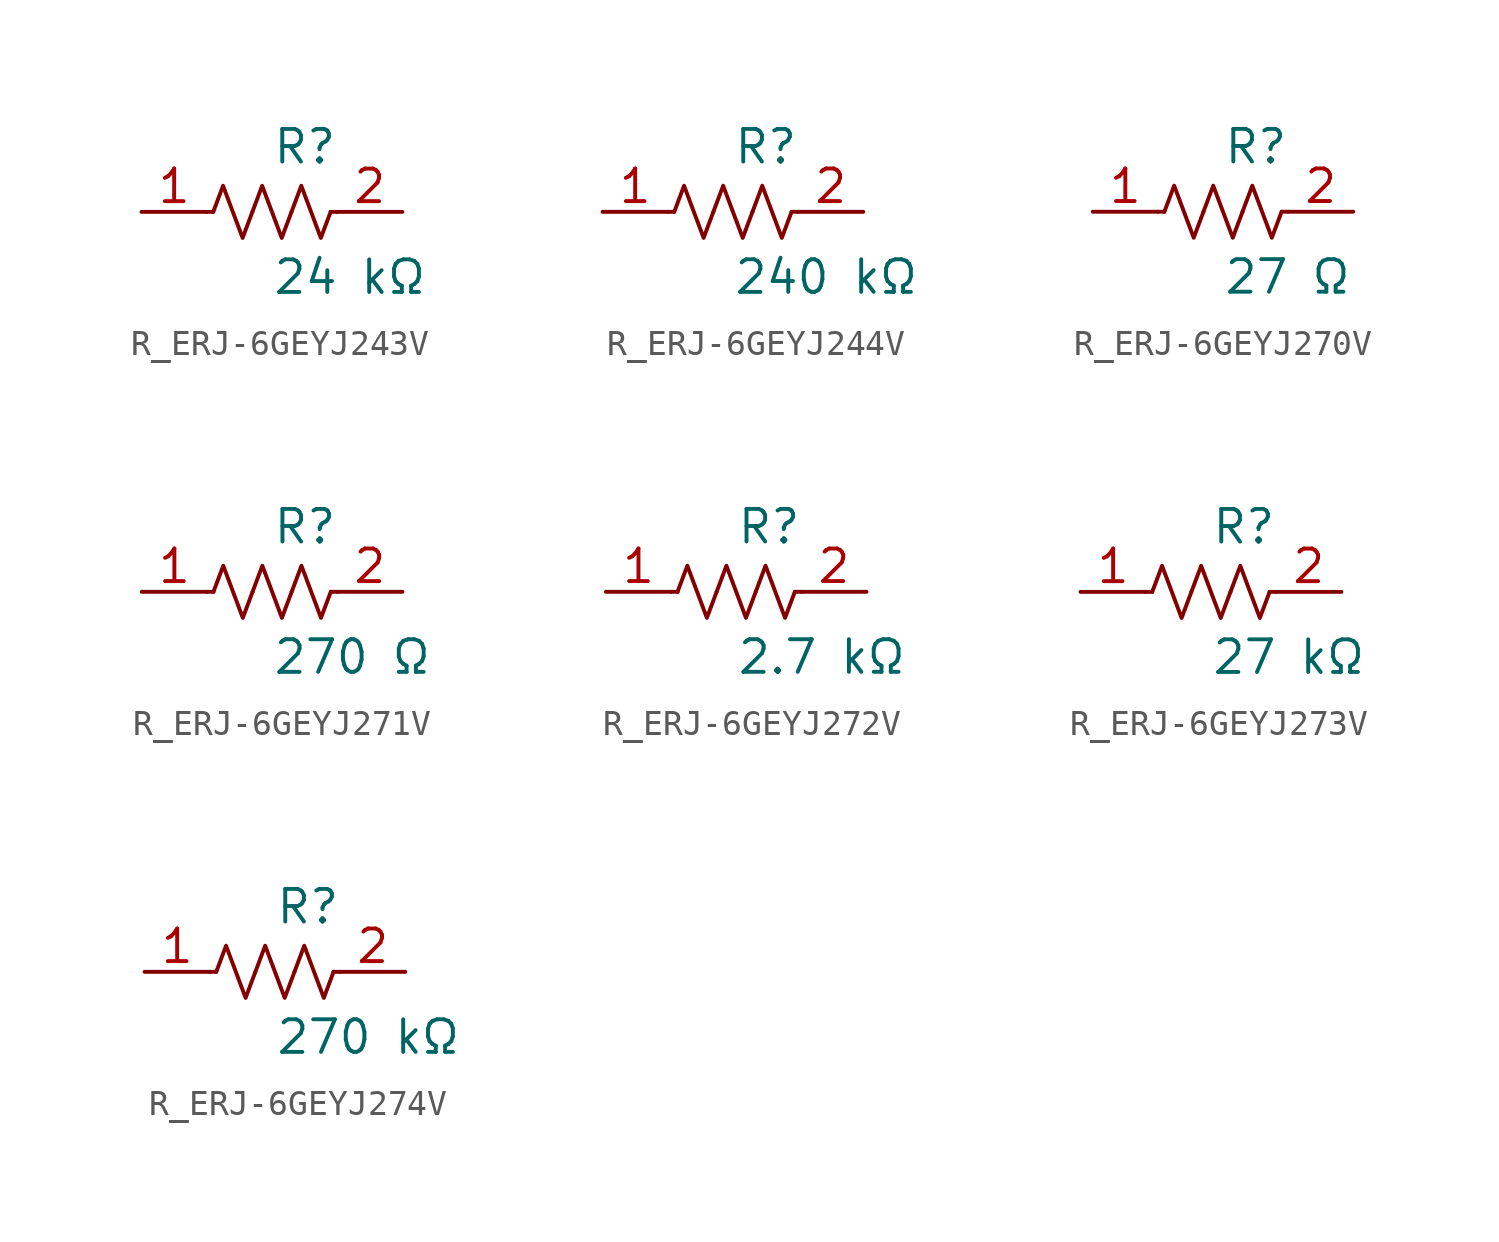
<source format=kicad_sym>
(kicad_symbol_lib
  (version 20231120)
  (generator kicad_symbol_editor)
  (generator_version 8.0)
  (symbol "R_ERJ-6GEYJ243V"
    (pin_names
      (offset 0.254))
    (property "Reference" "R"
      (at 0.0 2.54 0)
      (effects (font (size 1.27 1.27)) (justify left)))
    (property "Value" "24 kΩ"
      (at 0.0 -2.54 0)
      (effects (font (size 1.27 1.27)) (justify left)))
    (symbol "R_ERJ-6GEYJ243V_0_1"
      (polyline (pts (xy 2.286 0) (xy 2.54 0)) (stroke (width 0) (type default)) (fill (type none)))
      (polyline (pts (xy -2.286 0) (xy -2.54 0)) (stroke (width 0) (type default)) (fill (type none)))
      (polyline (pts (xy 0.762 0) (xy 1.143 1.016) (xy 1.524 0) (xy 1.905 -1.016) (xy 2.286 0)) (stroke (width 0) (type default)) (fill (type none)))
      (polyline (pts (xy -0.762 0) (xy -0.381 1.016) (xy 0 0) (xy 0.381 -1.016) (xy 0.762 0)) (stroke (width 0) (type default)) (fill (type none)))
      (polyline (pts (xy -2.286 0) (xy -1.905 1.016) (xy -1.524 0) (xy -1.143 -1.016) (xy -0.762 0)) (stroke (width 0) (type default)) (fill (type none))))
    (pin unspecified line
      (at -5.08 0 0)
      (length 2.54)
      (name "" (effects (font (size 1.27 1.27))))
      (number "1" (effects (font (size 1.27 1.27)))))
    (pin unspecified line
      (at 5.08 0 180)
      (length 2.54)
      (name "" (effects (font (size 1.27 1.27))))
      (number "2" (effects (font (size 1.27 1.27))))))
  (symbol "R_ERJ-6GEYJ244V"
    (pin_names
      (offset 0.254))
    (property "Reference" "R"
      (at 0.0 2.54 0)
      (effects (font (size 1.27 1.27)) (justify left)))
    (property "Value" "240 kΩ"
      (at 0.0 -2.54 0)
      (effects (font (size 1.27 1.27)) (justify left)))
    (symbol "R_ERJ-6GEYJ244V_0_1"
      (polyline (pts (xy 2.286 0) (xy 2.54 0)) (stroke (width 0) (type default)) (fill (type none)))
      (polyline (pts (xy -2.286 0) (xy -2.54 0)) (stroke (width 0) (type default)) (fill (type none)))
      (polyline (pts (xy 0.762 0) (xy 1.143 1.016) (xy 1.524 0) (xy 1.905 -1.016) (xy 2.286 0)) (stroke (width 0) (type default)) (fill (type none)))
      (polyline (pts (xy -0.762 0) (xy -0.381 1.016) (xy 0 0) (xy 0.381 -1.016) (xy 0.762 0)) (stroke (width 0) (type default)) (fill (type none)))
      (polyline (pts (xy -2.286 0) (xy -1.905 1.016) (xy -1.524 0) (xy -1.143 -1.016) (xy -0.762 0)) (stroke (width 0) (type default)) (fill (type none))))
    (pin unspecified line
      (at -5.08 0 0)
      (length 2.54)
      (name "" (effects (font (size 1.27 1.27))))
      (number "1" (effects (font (size 1.27 1.27)))))
    (pin unspecified line
      (at 5.08 0 180)
      (length 2.54)
      (name "" (effects (font (size 1.27 1.27))))
      (number "2" (effects (font (size 1.27 1.27))))))
  (symbol "R_ERJ-6GEYJ270V"
    (pin_names
      (offset 0.254))
    (property "Reference" "R"
      (at 0.0 2.54 0)
      (effects (font (size 1.27 1.27)) (justify left)))
    (property "Value" "27 Ω"
      (at 0.0 -2.54 0)
      (effects (font (size 1.27 1.27)) (justify left)))
    (symbol "R_ERJ-6GEYJ270V_0_1"
      (polyline (pts (xy 2.286 0) (xy 2.54 0)) (stroke (width 0) (type default)) (fill (type none)))
      (polyline (pts (xy -2.286 0) (xy -2.54 0)) (stroke (width 0) (type default)) (fill (type none)))
      (polyline (pts (xy 0.762 0) (xy 1.143 1.016) (xy 1.524 0) (xy 1.905 -1.016) (xy 2.286 0)) (stroke (width 0) (type default)) (fill (type none)))
      (polyline (pts (xy -0.762 0) (xy -0.381 1.016) (xy 0 0) (xy 0.381 -1.016) (xy 0.762 0)) (stroke (width 0) (type default)) (fill (type none)))
      (polyline (pts (xy -2.286 0) (xy -1.905 1.016) (xy -1.524 0) (xy -1.143 -1.016) (xy -0.762 0)) (stroke (width 0) (type default)) (fill (type none))))
    (pin unspecified line
      (at -5.08 0 0)
      (length 2.54)
      (name "" (effects (font (size 1.27 1.27))))
      (number "1" (effects (font (size 1.27 1.27)))))
    (pin unspecified line
      (at 5.08 0 180)
      (length 2.54)
      (name "" (effects (font (size 1.27 1.27))))
      (number "2" (effects (font (size 1.27 1.27))))))
  (symbol "R_ERJ-6GEYJ271V"
    (pin_names
      (offset 0.254))
    (property "Reference" "R"
      (at 0.0 2.54 0)
      (effects (font (size 1.27 1.27)) (justify left)))
    (property "Value" "270 Ω"
      (at 0.0 -2.54 0)
      (effects (font (size 1.27 1.27)) (justify left)))
    (symbol "R_ERJ-6GEYJ271V_0_1"
      (polyline (pts (xy 2.286 0) (xy 2.54 0)) (stroke (width 0) (type default)) (fill (type none)))
      (polyline (pts (xy -2.286 0) (xy -2.54 0)) (stroke (width 0) (type default)) (fill (type none)))
      (polyline (pts (xy 0.762 0) (xy 1.143 1.016) (xy 1.524 0) (xy 1.905 -1.016) (xy 2.286 0)) (stroke (width 0) (type default)) (fill (type none)))
      (polyline (pts (xy -0.762 0) (xy -0.381 1.016) (xy 0 0) (xy 0.381 -1.016) (xy 0.762 0)) (stroke (width 0) (type default)) (fill (type none)))
      (polyline (pts (xy -2.286 0) (xy -1.905 1.016) (xy -1.524 0) (xy -1.143 -1.016) (xy -0.762 0)) (stroke (width 0) (type default)) (fill (type none))))
    (pin unspecified line
      (at -5.08 0 0)
      (length 2.54)
      (name "" (effects (font (size 1.27 1.27))))
      (number "1" (effects (font (size 1.27 1.27)))))
    (pin unspecified line
      (at 5.08 0 180)
      (length 2.54)
      (name "" (effects (font (size 1.27 1.27))))
      (number "2" (effects (font (size 1.27 1.27))))))
  (symbol "R_ERJ-6GEYJ272V"
    (pin_names
      (offset 0.254))
    (property "Reference" "R"
      (at 0.0 2.54 0)
      (effects (font (size 1.27 1.27)) (justify left)))
    (property "Value" "2.7 kΩ"
      (at 0.0 -2.54 0)
      (effects (font (size 1.27 1.27)) (justify left)))
    (symbol "R_ERJ-6GEYJ272V_0_1"
      (polyline (pts (xy 2.286 0) (xy 2.54 0)) (stroke (width 0) (type default)) (fill (type none)))
      (polyline (pts (xy -2.286 0) (xy -2.54 0)) (stroke (width 0) (type default)) (fill (type none)))
      (polyline (pts (xy 0.762 0) (xy 1.143 1.016) (xy 1.524 0) (xy 1.905 -1.016) (xy 2.286 0)) (stroke (width 0) (type default)) (fill (type none)))
      (polyline (pts (xy -0.762 0) (xy -0.381 1.016) (xy 0 0) (xy 0.381 -1.016) (xy 0.762 0)) (stroke (width 0) (type default)) (fill (type none)))
      (polyline (pts (xy -2.286 0) (xy -1.905 1.016) (xy -1.524 0) (xy -1.143 -1.016) (xy -0.762 0)) (stroke (width 0) (type default)) (fill (type none))))
    (pin unspecified line
      (at -5.08 0 0)
      (length 2.54)
      (name "" (effects (font (size 1.27 1.27))))
      (number "1" (effects (font (size 1.27 1.27)))))
    (pin unspecified line
      (at 5.08 0 180)
      (length 2.54)
      (name "" (effects (font (size 1.27 1.27))))
      (number "2" (effects (font (size 1.27 1.27))))))
  (symbol "R_ERJ-6GEYJ273V"
    (pin_names
      (offset 0.254))
    (property "Reference" "R"
      (at 0.0 2.54 0)
      (effects (font (size 1.27 1.27)) (justify left)))
    (property "Value" "27 kΩ"
      (at 0.0 -2.54 0)
      (effects (font (size 1.27 1.27)) (justify left)))
    (symbol "R_ERJ-6GEYJ273V_0_1"
      (polyline (pts (xy 2.286 0) (xy 2.54 0)) (stroke (width 0) (type default)) (fill (type none)))
      (polyline (pts (xy -2.286 0) (xy -2.54 0)) (stroke (width 0) (type default)) (fill (type none)))
      (polyline (pts (xy 0.762 0) (xy 1.143 1.016) (xy 1.524 0) (xy 1.905 -1.016) (xy 2.286 0)) (stroke (width 0) (type default)) (fill (type none)))
      (polyline (pts (xy -0.762 0) (xy -0.381 1.016) (xy 0 0) (xy 0.381 -1.016) (xy 0.762 0)) (stroke (width 0) (type default)) (fill (type none)))
      (polyline (pts (xy -2.286 0) (xy -1.905 1.016) (xy -1.524 0) (xy -1.143 -1.016) (xy -0.762 0)) (stroke (width 0) (type default)) (fill (type none))))
    (pin unspecified line
      (at -5.08 0 0)
      (length 2.54)
      (name "" (effects (font (size 1.27 1.27))))
      (number "1" (effects (font (size 1.27 1.27)))))
    (pin unspecified line
      (at 5.08 0 180)
      (length 2.54)
      (name "" (effects (font (size 1.27 1.27))))
      (number "2" (effects (font (size 1.27 1.27))))))
  (symbol "R_ERJ-6GEYJ274V"
    (pin_names
      (offset 0.254))
    (property "Reference" "R"
      (at 0.0 2.54 0)
      (effects (font (size 1.27 1.27)) (justify left)))
    (property "Value" "270 kΩ"
      (at 0.0 -2.54 0)
      (effects (font (size 1.27 1.27)) (justify left)))
    (symbol "R_ERJ-6GEYJ274V_0_1"
      (polyline (pts (xy 2.286 0) (xy 2.54 0)) (stroke (width 0) (type default)) (fill (type none)))
      (polyline (pts (xy -2.286 0) (xy -2.54 0)) (stroke (width 0) (type default)) (fill (type none)))
      (polyline (pts (xy 0.762 0) (xy 1.143 1.016) (xy 1.524 0) (xy 1.905 -1.016) (xy 2.286 0)) (stroke (width 0) (type default)) (fill (type none)))
      (polyline (pts (xy -0.762 0) (xy -0.381 1.016) (xy 0 0) (xy 0.381 -1.016) (xy 0.762 0)) (stroke (width 0) (type default)) (fill (type none)))
      (polyline (pts (xy -2.286 0) (xy -1.905 1.016) (xy -1.524 0) (xy -1.143 -1.016) (xy -0.762 0)) (stroke (width 0) (type default)) (fill (type none))))
    (pin unspecified line
      (at -5.08 0 0)
      (length 2.54)
      (name "" (effects (font (size 1.27 1.27))))
      (number "1" (effects (font (size 1.27 1.27)))))
    (pin unspecified line
      (at 5.08 0 180)
      (length 2.54)
      (name "" (effects (font (size 1.27 1.27))))
      (number "2" (effects (font (size 1.27 1.27)))))))
</source>
